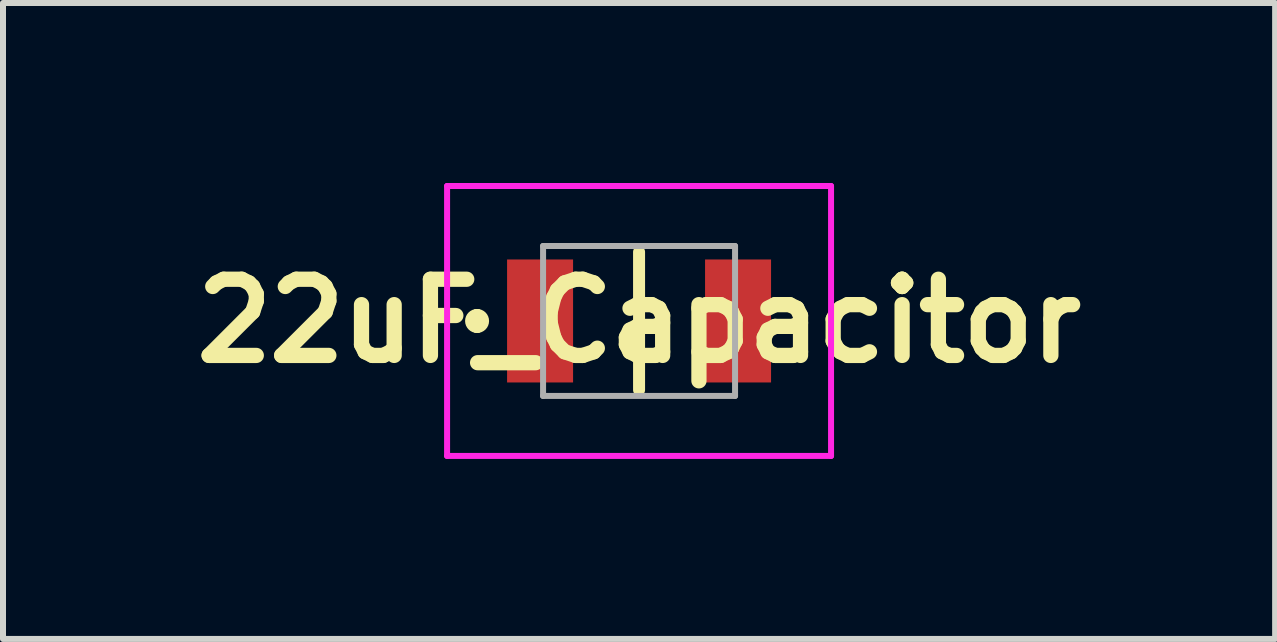
<source format=kicad_pcb>
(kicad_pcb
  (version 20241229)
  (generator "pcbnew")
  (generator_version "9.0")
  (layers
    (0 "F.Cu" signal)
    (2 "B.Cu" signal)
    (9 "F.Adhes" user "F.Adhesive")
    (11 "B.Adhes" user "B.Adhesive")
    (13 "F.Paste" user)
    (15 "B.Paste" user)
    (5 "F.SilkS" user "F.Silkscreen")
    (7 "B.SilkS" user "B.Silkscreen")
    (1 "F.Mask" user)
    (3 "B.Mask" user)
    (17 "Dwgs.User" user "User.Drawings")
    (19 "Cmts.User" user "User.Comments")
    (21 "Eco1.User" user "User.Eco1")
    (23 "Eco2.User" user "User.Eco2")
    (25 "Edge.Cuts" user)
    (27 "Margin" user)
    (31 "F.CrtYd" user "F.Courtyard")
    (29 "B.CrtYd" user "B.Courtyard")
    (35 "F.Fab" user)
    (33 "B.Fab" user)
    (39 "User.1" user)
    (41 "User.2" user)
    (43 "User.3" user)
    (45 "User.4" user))
  (footprint "22uF_Capacitor"
    (layer "F.Cu")
    (at 7.602 2.3)
    (property "Reference" "22uF_Capacitor" (at 0 0 0) (layer "F.SilkS") (effects (font (size 1.27 1.27) (thickness 0.254))))
    (attr smd)
    (fp_line (start -2.7 -0.1) (end -2.7 -0.1) (stroke (width 0.2) (type solid)) (layer "F.SilkS"))
    (fp_line (start -2.7 0.1) (end -2.7 0.1) (stroke (width 0.2) (type solid)) (layer "F.SilkS"))
    (fp_line (start 0 -1.15) (end 0 1.15) (stroke (width 0.2) (type solid)) (layer "F.SilkS"))
    (fp_arc (start -2.7 -0.1) (mid -2.6 0) (end -2.7 0.1) (stroke (width 0.2) (type solid)) (layer "F.SilkS"))
    (fp_arc (start -2.7 0.1) (mid -2.8 0) (end -2.7 -0.1) (stroke (width 0.2) (type solid)) (layer "F.SilkS"))
    (fp_line (start -3.2 -2.25) (end 3.2 -2.25) (stroke (width 0.1) (type solid)) (layer "F.CrtYd"))
    (fp_line (start -3.2 2.25) (end -3.2 -2.25) (stroke (width 0.1) (type solid)) (layer "F.CrtYd"))
    (fp_line (start 3.2 -2.25) (end 3.2 2.25) (stroke (width 0.1) (type solid)) (layer "F.CrtYd"))
    (fp_line (start 3.2 2.25) (end -3.2 2.25) (stroke (width 0.1) (type solid)) (layer "F.CrtYd"))
    (fp_line (start -1.6 -1.25) (end 1.6 -1.25) (stroke (width 0.1) (type solid)) (layer "F.Fab"))
    (fp_line (start -1.6 1.25) (end -1.6 -1.25) (stroke (width 0.1) (type solid)) (layer "F.Fab"))
    (fp_line (start 1.6 -1.25) (end 1.6 1.25) (stroke (width 0.1) (type solid)) (layer "F.Fab"))
    (fp_line (start 1.6 1.25) (end -1.6 1.25) (stroke (width 0.1) (type solid)) (layer "F.Fab"))
    (pad "1" smd rect (at -1.65 0) (size 1.1 2.05) (layers "F.Cu" "F.Mask" "F.Paste"))
    (pad "2" smd rect (at 1.65 0) (size 1.1 2.05) (layers "F.Cu" "F.Mask" "F.Paste")))
  (gr_rect
    (start -3 -3)
    (end 18.204 7.6)
    (stroke (width 0.1) (type default))
    (fill no)
    (layer "Edge.Cuts")))
</source>
